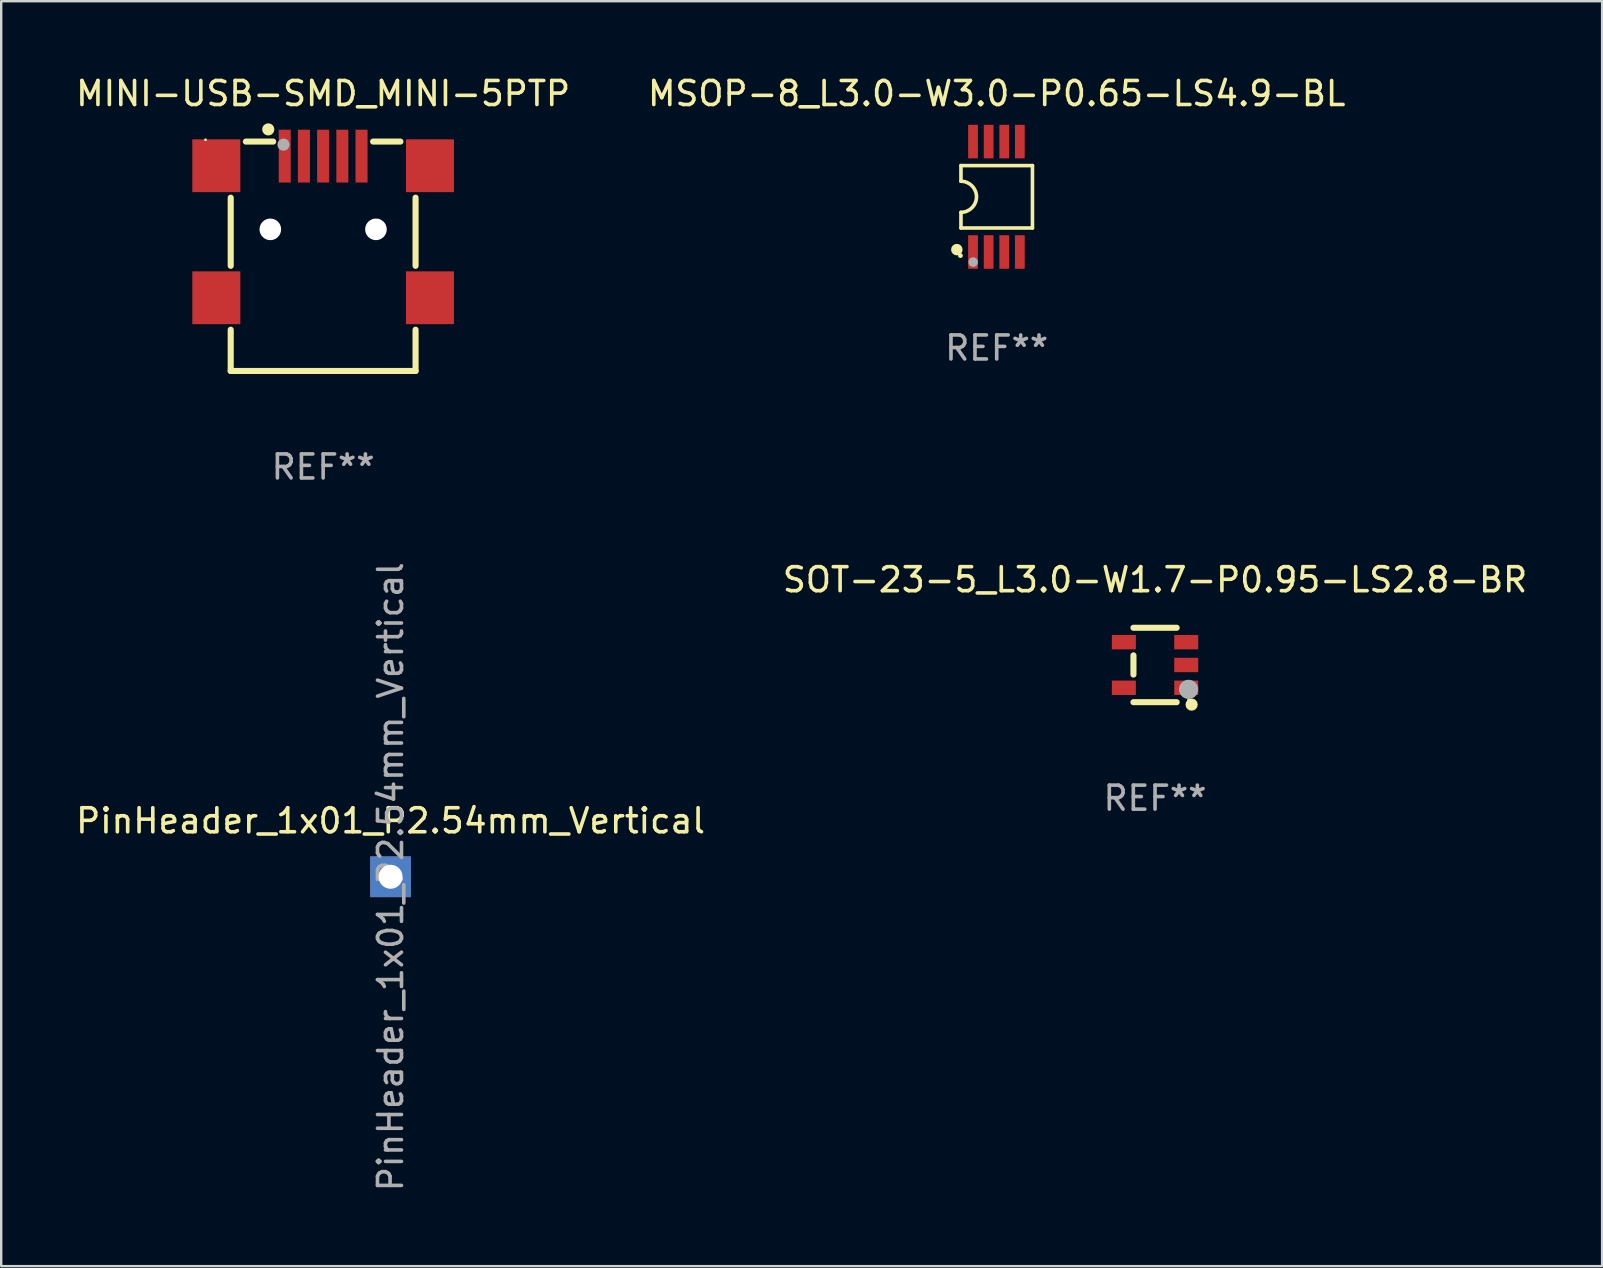
<source format=kicad_pcb>
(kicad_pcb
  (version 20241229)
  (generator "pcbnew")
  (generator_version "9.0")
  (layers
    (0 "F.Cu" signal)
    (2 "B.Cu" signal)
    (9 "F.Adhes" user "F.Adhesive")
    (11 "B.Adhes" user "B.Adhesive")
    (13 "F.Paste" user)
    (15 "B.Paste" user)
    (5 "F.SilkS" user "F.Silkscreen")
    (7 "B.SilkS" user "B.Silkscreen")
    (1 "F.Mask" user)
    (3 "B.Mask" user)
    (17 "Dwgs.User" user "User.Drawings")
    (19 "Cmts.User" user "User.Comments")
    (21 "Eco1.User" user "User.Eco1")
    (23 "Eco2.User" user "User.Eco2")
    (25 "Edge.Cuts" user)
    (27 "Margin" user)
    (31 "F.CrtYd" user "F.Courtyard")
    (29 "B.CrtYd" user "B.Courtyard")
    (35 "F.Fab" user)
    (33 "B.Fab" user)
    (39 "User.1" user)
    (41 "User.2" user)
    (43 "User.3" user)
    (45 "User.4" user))
  (footprint "SOT-23-5_L3.0-W1.7-P0.95-LS2.8-BR"
    (layer "F.Cu")
    (at 45.066 24.651)
    (property "Reference" "SOT-23-5_L3.0-W1.7-P0.95-LS2.8-BR" (at -0.000038 -3.55 0) (layer "F.SilkS") (effects (font (size 1 1) (thickness 0.15))))
    (attr through_hole)
    (fp_line (start -0.9 -1.55) (end 0.9 -1.55) (stroke (width 0.254) (type solid)) (layer "F.SilkS"))
    (fp_line (start -0.9 0.4) (end -0.9 -0.4) (stroke (width 0.254) (type solid)) (layer "F.SilkS"))
    (fp_line (start -0.9 1.55) (end 0.9 1.55) (stroke (width 0.254) (type solid)) (layer "F.SilkS"))
    (fp_circle (center 1.4 1.45) (end 1.43 1.45) (stroke (width 0.06) (type solid)) (fill no) (layer "F.SilkS"))
    (fp_circle (center 1.524 1.651) (end 1.651 1.651) (stroke (width 0.254) (type solid)) (fill no) (layer "F.SilkS"))
    (fp_circle (center 1.397 1.016) (end 1.597 1.016) (stroke (width 0.4) (type solid)) (fill no) (layer "F.Fab"))
    (fp_text user "REF**" (at -0.000038 5.55 0) (layer "F.Fab") (effects (font (size 1 1) (thickness 0.15))))
    (pad "1" smd rect (at 1.3 0.95) (size 1 0.6) (layers "F.Cu" "F.Mask" "F.Paste"))
    (pad "2" smd rect (at 1.3 0) (size 1 0.6) (layers "F.Cu" "F.Mask" "F.Paste"))
    (pad "3" smd rect (at 1.3 -0.95) (size 1 0.6) (layers "F.Cu" "F.Mask" "F.Paste"))
    (pad "4" smd rect (at -1.3 -0.95) (size 1 0.6) (layers "F.Cu" "F.Mask" "F.Paste"))
    (pad "5" smd rect (at -1.3 0.95) (size 1 0.6) (layers "F.Cu" "F.Mask" "F.Paste")))
  (footprint "PinHeader_1x01_P2.54mm_Vertical"
    (layer "F.Cu")
    (at 13.22 33.473)
    (property "Reference" "PinHeader_1x01_P2.54mm_Vertical" (at 0 -2.33 0) (layer "F.SilkS") (effects (font (size 1 1) (thickness 0.15))))
    (attr through_hole)
    (fp_text user "${REFERENCE}" (at 0 0 90) (layer "F.Fab") (effects (font (size 1 1) (thickness 0.15))))
    (pad "1" thru_hole rect (at 0 0) (size 1.7 1.7) (drill 1) (layers "*.Cu" "*.Mask")))
  (footprint "MSOP-8_L3.0-W3.0-P0.65-LS4.9-BL"
    (layer "F.Cu")
    (at 38.459 5.148)
    (property "Reference" "MSOP-8_L3.0-W3.0-P0.65-LS4.9-BL" (at 0.011 -4.3 0) (layer "F.SilkS") (effects (font (size 1 1) (thickness 0.15))))
    (attr through_hole)
    (fp_line (start -1.478 -1.3) (end -1.478 -0.648) (stroke (width 0.15) (type solid)) (layer "F.SilkS"))
    (fp_line (start -1.478 0.648) (end -1.478 1.3) (stroke (width 0.15) (type solid)) (layer "F.SilkS"))
    (fp_line (start -1.478 1.3) (end 1.5 1.3) (stroke (width 0.15) (type solid)) (layer "F.SilkS"))
    (fp_line (start 1.5 -1.3) (end -1.478 -1.3) (stroke (width 0.15) (type solid)) (layer "F.SilkS"))
    (fp_line (start 1.5 1.3) (end 1.5 -1.3) (stroke (width 0.15) (type solid)) (layer "F.SilkS"))
    (fp_arc (start -1.47841 -0.647701) (mid -0.830709 0) (end -1.47841 0.647701) (stroke (width 0.150013) (type solid)) (layer "F.SilkS"))
    (fp_circle (center -1.65 2.2) (end -1.53 2.2) (stroke (width 0.24) (type solid)) (fill no) (layer "F.SilkS"))
    (fp_circle (center -1.5 2.45) (end -1.45 2.45) (stroke (width 0.1) (type solid)) (fill no) (layer "F.SilkS"))
    (fp_circle (center -0.97 2.72) (end -0.87 2.72) (stroke (width 0.2) (type solid)) (fill no) (layer "F.Fab"))
    (fp_text user "REF**" (at 0.011 6.3 0) (layer "F.Fab") (effects (font (size 1 1) (thickness 0.15))))
    (pad "1" smd rect (at -0.975 2.3) (size 0.406 1.397) (layers "F.Cu" "F.Mask" "F.Paste"))
    (pad "2" smd rect (at -0.325 2.3) (size 0.406 1.397) (layers "F.Cu" "F.Mask" "F.Paste"))
    (pad "3" smd rect (at 0.325 2.3) (size 0.406 1.397) (layers "F.Cu" "F.Mask" "F.Paste"))
    (pad "4" smd rect (at 0.975 2.3) (size 0.406 1.397) (layers "F.Cu" "F.Mask" "F.Paste"))
    (pad "5" smd rect (at 0.975 -2.3) (size 0.406 1.397) (layers "F.Cu" "F.Mask" "F.Paste"))
    (pad "6" smd rect (at 0.325 -2.3) (size 0.406 1.397) (layers "F.Cu" "F.Mask" "F.Paste"))
    (pad "7" smd rect (at -0.325 -2.3) (size 0.406 1.397) (layers "F.Cu" "F.Mask" "F.Paste"))
    (pad "8" smd rect (at -0.975 -2.3) (size 0.406 1.397) (layers "F.Cu" "F.Mask" "F.Paste")))
  (footprint "MINI-USB-SMD_MINI-5PTP"
    (layer "F.Cu")
    (at 10.411 6.404)
    (property "Reference" "MINI-USB-SMD_MINI-5PTP" (at 0 -5.556 0) (layer "F.SilkS") (effects (font (size 1 1) (thickness 0.15))))
    (attr through_hole)
    (fp_line (start -3.85 1.619) (end -3.85 -1.219) (stroke (width 0.254) (type solid)) (layer "F.SilkS"))
    (fp_line (start -3.85 6) (end -3.85 4.281) (stroke (width 0.254) (type solid)) (layer "F.SilkS"))
    (fp_line (start -2.081 -3.556) (end -3.219 -3.556) (stroke (width 0.254) (type solid)) (layer "F.SilkS"))
    (fp_line (start 3.219 -3.556) (end 2.081 -3.556) (stroke (width 0.254) (type solid)) (layer "F.SilkS"))
    (fp_line (start 3.85 1.619) (end 3.85 -1.219) (stroke (width 0.254) (type solid)) (layer "F.SilkS"))
    (fp_line (start 3.85 6) (end -3.85 6) (stroke (width 0.254) (type solid)) (layer "F.SilkS"))
    (fp_line (start 3.85 6) (end 3.85 4.281) (stroke (width 0.254) (type solid)) (layer "F.SilkS"))
    (fp_circle (center -4.9 -3.631) (end -4.87 -3.631) (stroke (width 0.06) (type solid)) (fill no) (layer "F.SilkS"))
    (fp_circle (center -2.286 -4.064) (end -2.159 -4.064) (stroke (width 0.254) (type solid)) (fill no) (layer "F.SilkS"))
    (fp_circle (center -2.2 0.1) (end -2.015 0.1) (stroke (width 0.37) (type solid)) (fill no) (layer "F.Fab"))
    (fp_circle (center -1.651 -3.429) (end -1.524 -3.429) (stroke (width 0.254) (type solid)) (fill no) (layer "F.Fab"))
    (fp_circle (center 2.2 0.1) (end 2.385 0.1) (stroke (width 0.37) (type solid)) (fill no) (layer "F.Fab"))
    (fp_text user "REF**" (at 0 10 0) (layer "F.Fab") (effects (font (size 1 1) (thickness 0.15))))
    (pad "" np_thru_hole circle (at -2.2 0.1) (size 0.9 0.9) (drill 0.9) (layers "*.Cu" "*.Mask"))
    (pad "" np_thru_hole circle (at 2.2 0.1) (size 0.9 0.9) (drill 0.9) (layers "*.Cu" "*.Mask"))
    (pad "1" smd rect (at -1.6 -2.95) (size 0.5 2.2) (layers "F.Cu" "F.Mask" "F.Paste"))
    (pad "2" smd rect (at -0.8 -2.95) (size 0.5 2.2) (layers "F.Cu" "F.Mask" "F.Paste"))
    (pad "3" smd rect (at -0.000127 -2.95) (size 0.5 2.2) (layers "F.Cu" "F.Mask" "F.Paste"))
    (pad "4" smd rect (at 0.8 -2.95) (size 0.5 2.2) (layers "F.Cu" "F.Mask" "F.Paste"))
    (pad "5" smd rect (at 1.6 -2.95) (size 0.5 2.2) (layers "F.Cu" "F.Mask" "F.Paste"))
    (pad "6" smd rect (at -4.45 -2.55) (size 2 2.2) (layers "F.Cu" "F.Mask" "F.Paste"))
    (pad "7" smd rect (at 4.45 -2.55) (size 2 2.2) (layers "F.Cu" "F.Mask" "F.Paste"))
    (pad "8" smd rect (at 4.45 2.95) (size 2 2.2) (layers "F.Cu" "F.Mask" "F.Paste"))
    (pad "9" smd rect (at -4.45 2.95) (size 2 2.2) (layers "F.Cu" "F.Mask" "F.Paste")))
  (gr_rect
    (start -3 -3)
    (end 63.69 49.693)
    (stroke (width 0.1) (type default))
    (fill no)
    (layer "Edge.Cuts")))
</source>
